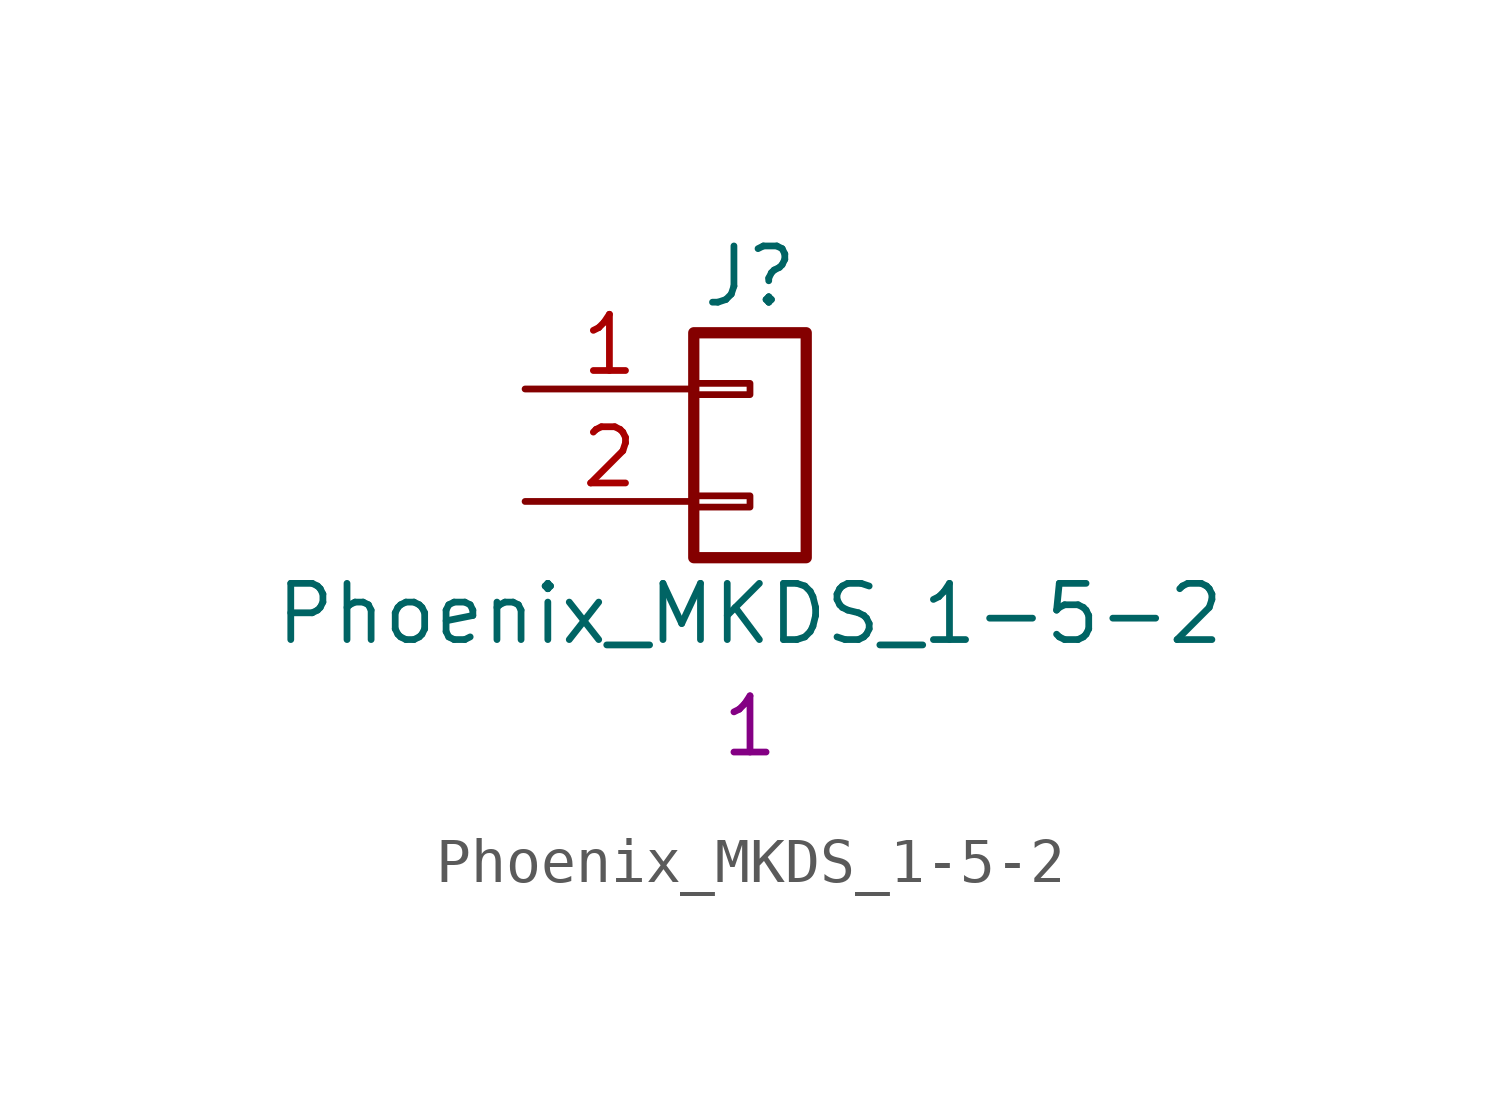
<source format=kicad_sym>
(kicad_symbol_lib
  (version 20211014)
  (generator kicad_symbol_editor)
  (symbol "Phoenix_MKDS_1-5-2"
    (pin_names
      (offset 1.016) hide)
    (property "Reference" "J"
      (at 0 2.54 0)
      (effects (font (size 1.27 1.27))))
    (property "Value" "Phoenix_MKDS_1-5-2"
      (at 0 -5.08 0)
      (effects (font (size 1.27 1.27))))
    (property "Qty" "1"
      (at 0 -7.62 0)
      (effects (font (size 1.27 1.27))))
    (symbol "Phoenix_MKDS_1-5-2_1_1"
      (rectangle (start -1.27 -2.413) (end 0 -2.667) (stroke (width 0.152) (type default) (color 0 0 0 0)) (fill (type none)))
      (rectangle (start -1.27 0.127) (end 0 -0.127) (stroke (width 0.152) (type default) (color 0 0 0 0)) (fill (type none)))
      (rectangle (start -1.27 1.27) (end 1.27 -3.81) (stroke (width 0.254) (type default) (color 0 0 0 0)) (fill (type none)))
      (pin passive line (at -5.08 0 0) (length 3.81) (name "Pin_1" (effects (font (size 1.27 1.27)))) (number "1" (effects (font (size 1.27 1.27)))))
      (pin passive line (at -5.08 -2.54 0) (length 3.81) (name "Pin_2" (effects (font (size 1.27 1.27)))) (number "2" (effects (font (size 1.27 1.27))))))))
</source>
